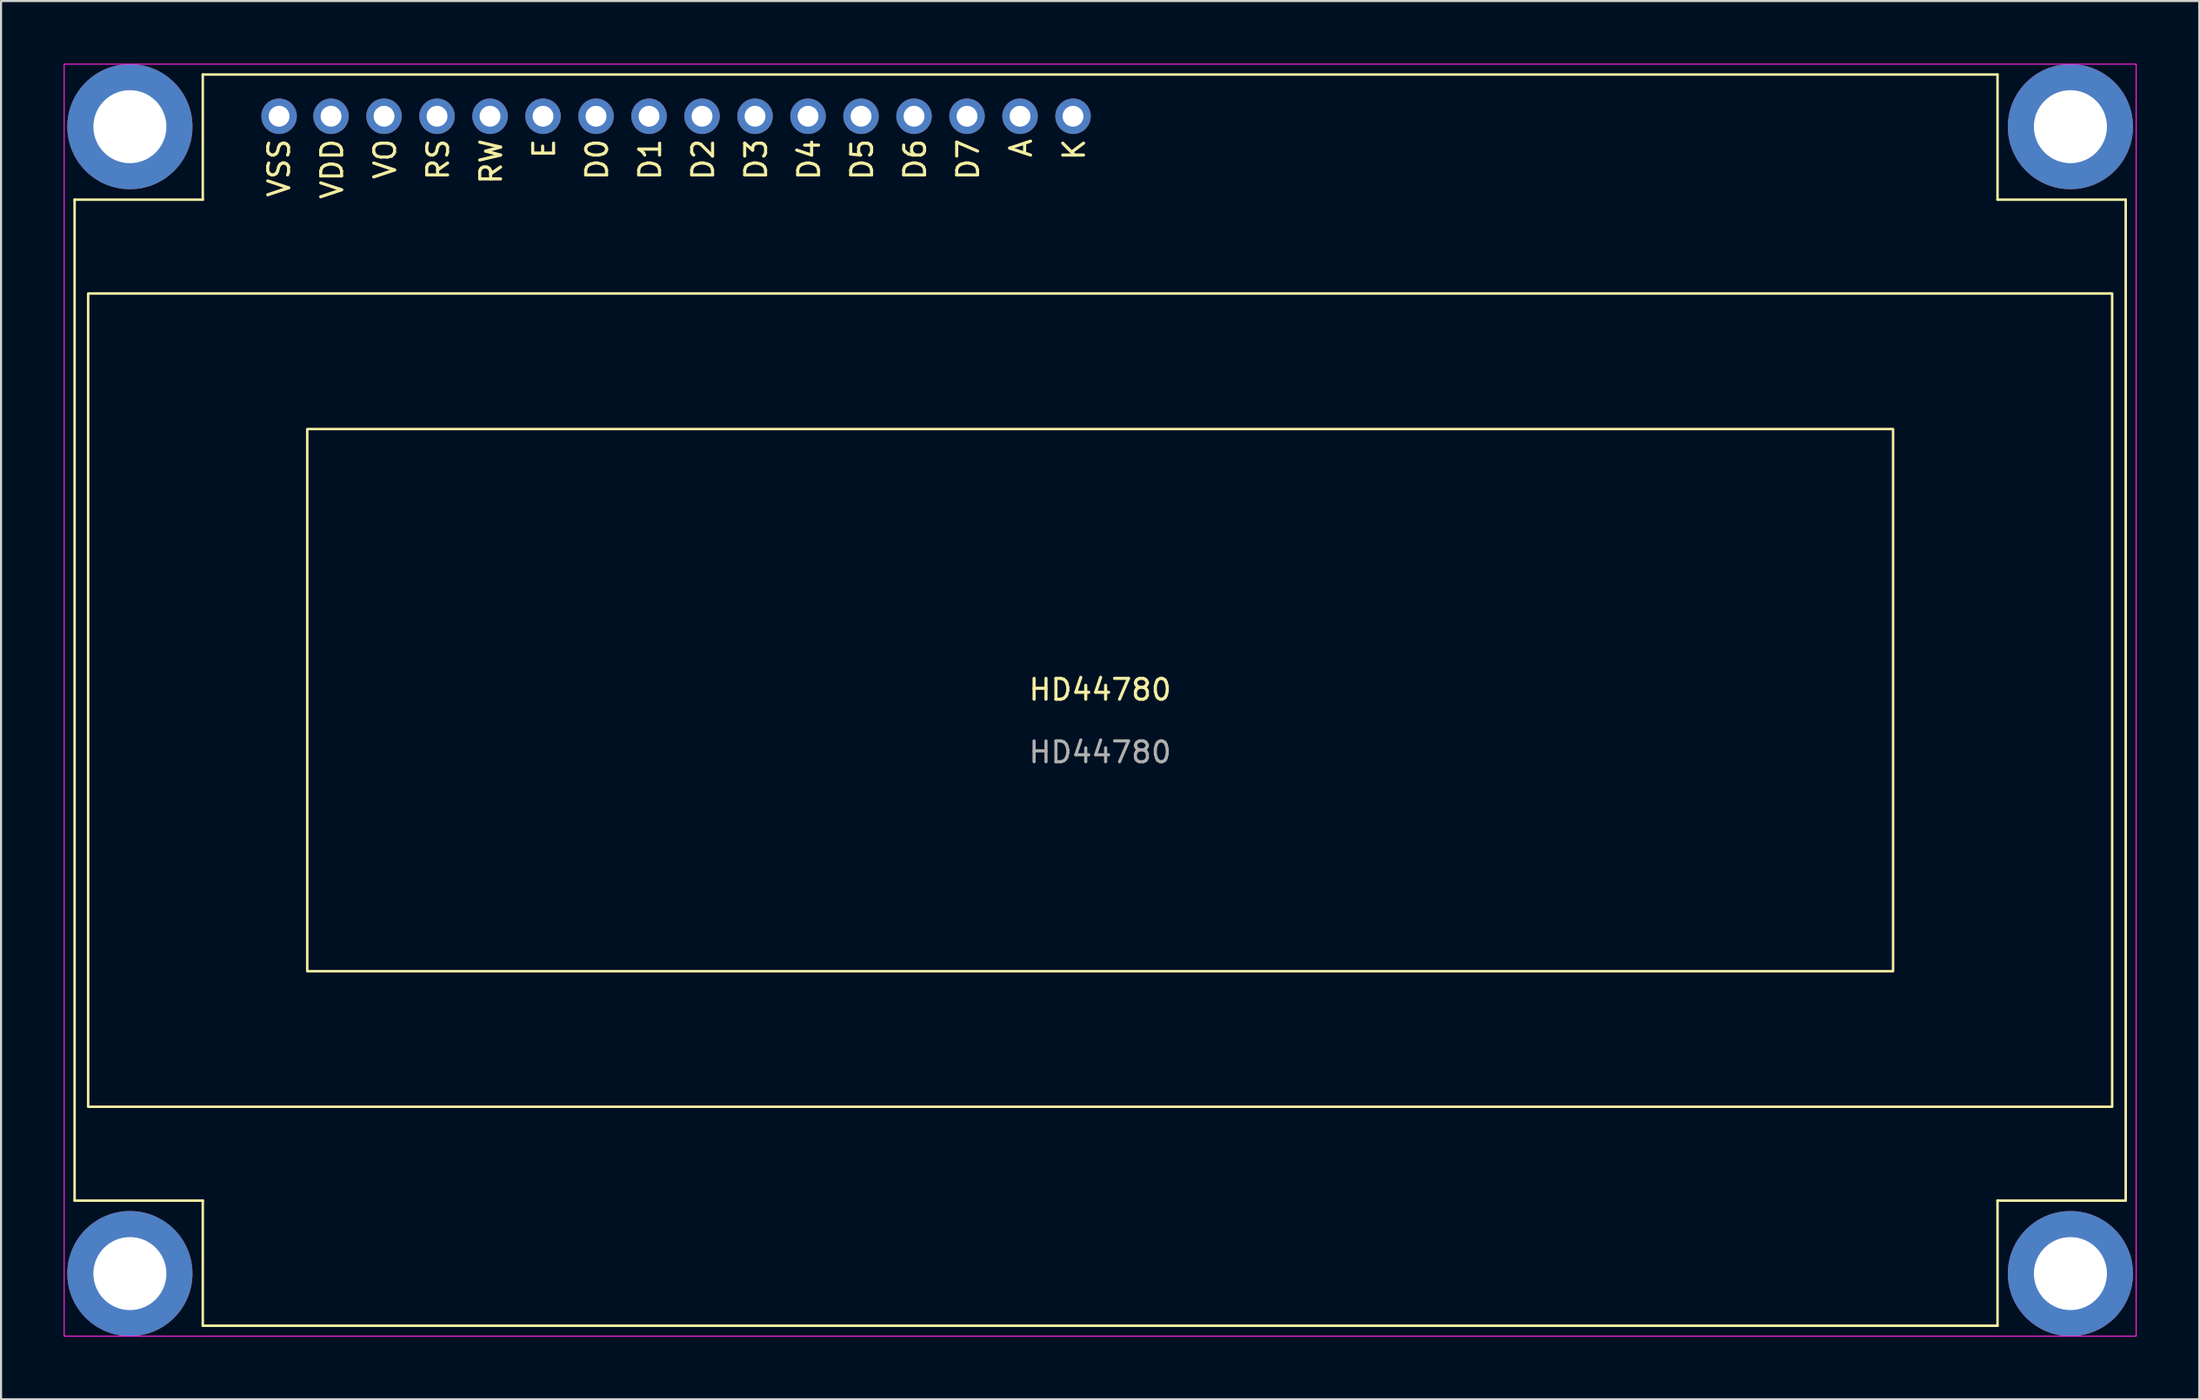
<source format=kicad_pcb>
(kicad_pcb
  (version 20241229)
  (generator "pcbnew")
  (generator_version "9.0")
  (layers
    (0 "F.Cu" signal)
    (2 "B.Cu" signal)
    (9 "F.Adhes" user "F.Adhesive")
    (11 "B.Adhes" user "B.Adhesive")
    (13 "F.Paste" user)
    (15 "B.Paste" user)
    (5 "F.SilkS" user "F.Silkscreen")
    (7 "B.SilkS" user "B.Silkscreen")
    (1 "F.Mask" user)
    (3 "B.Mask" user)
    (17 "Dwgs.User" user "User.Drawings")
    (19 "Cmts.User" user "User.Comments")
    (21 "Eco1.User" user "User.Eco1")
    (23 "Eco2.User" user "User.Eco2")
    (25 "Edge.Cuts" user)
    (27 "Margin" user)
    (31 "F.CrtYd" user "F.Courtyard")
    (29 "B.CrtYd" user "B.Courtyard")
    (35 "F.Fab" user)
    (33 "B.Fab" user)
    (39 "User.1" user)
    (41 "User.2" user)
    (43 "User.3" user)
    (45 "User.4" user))
  (footprint "HD44780"
    (layer "F.Cu")
    (at 49.675 30.525)
    (property "Reference" "HD44780" (at 0 -0.5 0) (unlocked yes) (layer "F.SilkS") (effects (font (size 1 1) (thickness 0.15))))
    (attr through_hole)
    (fp_line (start -49.15 -24) (end -43.006 -24) (stroke (width 0.12) (type default)) (layer "F.SilkS"))
    (fp_line (start -49.15 24) (end -49.15 -24) (stroke (width 0.12) (type default)) (layer "F.SilkS"))
    (fp_line (start -43.006 -30) (end 43.006 -30) (stroke (width 0.12) (type default)) (layer "F.SilkS"))
    (fp_line (start -43.006 -24) (end -43.006 -30) (stroke (width 0.12) (type default)) (layer "F.SilkS"))
    (fp_line (start -43.006 24) (end -49.15 24) (stroke (width 0.12) (type default)) (layer "F.SilkS"))
    (fp_line (start -43.006 30) (end -43.006 24) (stroke (width 0.12) (type default)) (layer "F.SilkS"))
    (fp_line (start 43.006 -30) (end 43.006 -24) (stroke (width 0.12) (type default)) (layer "F.SilkS"))
    (fp_line (start 43.006 -24) (end 49.15 -24) (stroke (width 0.12) (type default)) (layer "F.SilkS"))
    (fp_line (start 43.006 24) (end 43.006 30) (stroke (width 0.12) (type default)) (layer "F.SilkS"))
    (fp_line (start 43.006 30) (end -43.006 30) (stroke (width 0.12) (type default)) (layer "F.SilkS"))
    (fp_line (start 49.15 -24) (end 49.15 24) (stroke (width 0.12) (type default)) (layer "F.SilkS"))
    (fp_line (start 49.15 24) (end 43.006 24) (stroke (width 0.12) (type default)) (layer "F.SilkS"))
    (fp_rect (start -48.5 -19.5) (end 48.5 19.5) (stroke (width 0.12) (type default)) (fill no) (layer "F.SilkS"))
    (fp_rect (start -38 -13) (end 38 13) (stroke (width 0.12) (type default)) (fill no) (layer "F.SilkS"))
    (fp_rect (start -49.65 -30.5) (end 49.65 30.5) (stroke (width 0.05) (type default)) (fill no) (layer "F.CrtYd"))
    (fp_text user "VO" (at -34.27 -27 90) (unlocked yes) (layer "F.SilkS") (effects (font (size 1 1) (thickness 0.15)) (justify right)))
    (fp_text user "D5" (at -11.41 -27 90) (unlocked yes) (layer "F.SilkS") (effects (font (size 1 1) (thickness 0.15)) (justify right)))
    (fp_text user "D7" (at -6.33 -27 90) (unlocked yes) (layer "F.SilkS") (effects (font (size 1 1) (thickness 0.15)) (justify right)))
    (fp_text user "E" (at -26.65 -27 90) (unlocked yes) (layer "F.SilkS") (effects (font (size 1 1) (thickness 0.15)) (justify right)))
    (fp_text user "D0" (at -24.11 -27 90) (unlocked yes) (layer "F.SilkS") (effects (font (size 1 1) (thickness 0.15)) (justify right)))
    (fp_text user "D3" (at -16.49 -27 90) (unlocked yes) (layer "F.SilkS") (effects (font (size 1 1) (thickness 0.15)) (justify right)))
    (fp_text user "RS" (at -31.73 -27 90) (unlocked yes) (layer "F.SilkS") (effects (font (size 1 1) (thickness 0.15)) (justify right)))
    (fp_text user "K" (at -1.25 -27 90) (unlocked yes) (layer "F.SilkS") (effects (font (size 1 1) (thickness 0.15)) (justify right)))
    (fp_text user "VSS" (at -39.35 -27 90) (unlocked yes) (layer "F.SilkS") (effects (font (size 1 1) (thickness 0.15)) (justify right)))
    (fp_text user "D2" (at -19.03 -27 90) (unlocked yes) (layer "F.SilkS") (effects (font (size 1 1) (thickness 0.15)) (justify right)))
    (fp_text user "D4" (at -13.95 -27 90) (unlocked yes) (layer "F.SilkS") (effects (font (size 1 1) (thickness 0.15)) (justify right)))
    (fp_text user "RW" (at -29.19 -27 90) (unlocked yes) (layer "F.SilkS") (effects (font (size 1 1) (thickness 0.15)) (justify right)))
    (fp_text user "VDD" (at -36.81 -27 90) (unlocked yes) (layer "F.SilkS") (effects (font (size 1 1) (thickness 0.15)) (justify right)))
    (fp_text user "D6" (at -8.87 -27 90) (unlocked yes) (layer "F.SilkS") (effects (font (size 1 1) (thickness 0.15)) (justify right)))
    (fp_text user "A" (at -3.79 -27 90) (unlocked yes) (layer "F.SilkS") (effects (font (size 1 1) (thickness 0.15)) (justify right)))
    (fp_text user "D1" (at -21.57 -27 90) (unlocked yes) (layer "F.SilkS") (effects (font (size 1 1) (thickness 0.15)) (justify right)))
    (fp_text user "${REFERENCE}" (at 0 2.5 0) (unlocked yes) (layer "F.Fab") (effects (font (size 1 1) (thickness 0.15))))
    (pad "" thru_hole circle (at -46.5 -27.5) (size 6 6) (drill 3.5) (layers "*.Cu" "*.Mask"))
    (pad "" thru_hole circle (at -46.5 27.5) (size 6 6) (drill 3.5) (layers "*.Cu" "*.Mask"))
    (pad "" thru_hole circle (at 46.5 -27.5) (size 6 6) (drill 3.5) (layers "*.Cu" "*.Mask"))
    (pad "" thru_hole circle (at 46.5 27.5) (size 6 6) (drill 3.5) (layers "*.Cu" "*.Mask"))
    (pad "1" thru_hole circle (at -39.35 -28) (size 1.7 1.7) (drill 1) (layers "*.Cu" "*.Mask"))
    (pad "2" thru_hole circle (at -36.86 -28) (size 1.7 1.7) (drill 1) (layers "*.Cu" "*.Mask"))
    (pad "3" thru_hole circle (at -34.32 -28) (size 1.7 1.7) (drill 1) (layers "*.Cu" "*.Mask"))
    (pad "4" thru_hole circle (at -31.78 -28) (size 1.7 1.7) (drill 1) (layers "*.Cu" "*.Mask"))
    (pad "5" thru_hole circle (at -29.24 -28) (size 1.7 1.7) (drill 1) (layers "*.Cu" "*.Mask"))
    (pad "6" thru_hole circle (at -26.7 -28) (size 1.7 1.7) (drill 1) (layers "*.Cu" "*.Mask"))
    (pad "7" thru_hole circle (at -24.16 -28) (size 1.7 1.7) (drill 1) (layers "*.Cu" "*.Mask"))
    (pad "8" thru_hole circle (at -21.62 -28) (size 1.7 1.7) (drill 1) (layers "*.Cu" "*.Mask"))
    (pad "9" thru_hole circle (at -19.08 -28) (size 1.7 1.7) (drill 1) (layers "*.Cu" "*.Mask"))
    (pad "10" thru_hole circle (at -16.54 -28) (size 1.7 1.7) (drill 1) (layers "*.Cu" "*.Mask"))
    (pad "11" thru_hole circle (at -14 -28) (size 1.7 1.7) (drill 1) (layers "*.Cu" "*.Mask"))
    (pad "12" thru_hole circle (at -11.46 -28) (size 1.7 1.7) (drill 1) (layers "*.Cu" "*.Mask"))
    (pad "13" thru_hole circle (at -8.92 -28) (size 1.7 1.7) (drill 1) (layers "*.Cu" "*.Mask"))
    (pad "14" thru_hole circle (at -6.38 -28) (size 1.7 1.7) (drill 1) (layers "*.Cu" "*.Mask"))
    (pad "15" thru_hole circle (at -3.84 -28) (size 1.7 1.7) (drill 1) (layers "*.Cu" "*.Mask"))
    (pad "16" thru_hole circle (at -1.3 -28) (size 1.7 1.7) (drill 1) (layers "*.Cu" "*.Mask")))
  (gr_rect
    (start -3 -3)
    (end 102.35 64.05)
    (stroke (width 0.1) (type default))
    (fill no)
    (layer "Edge.Cuts")))
</source>
